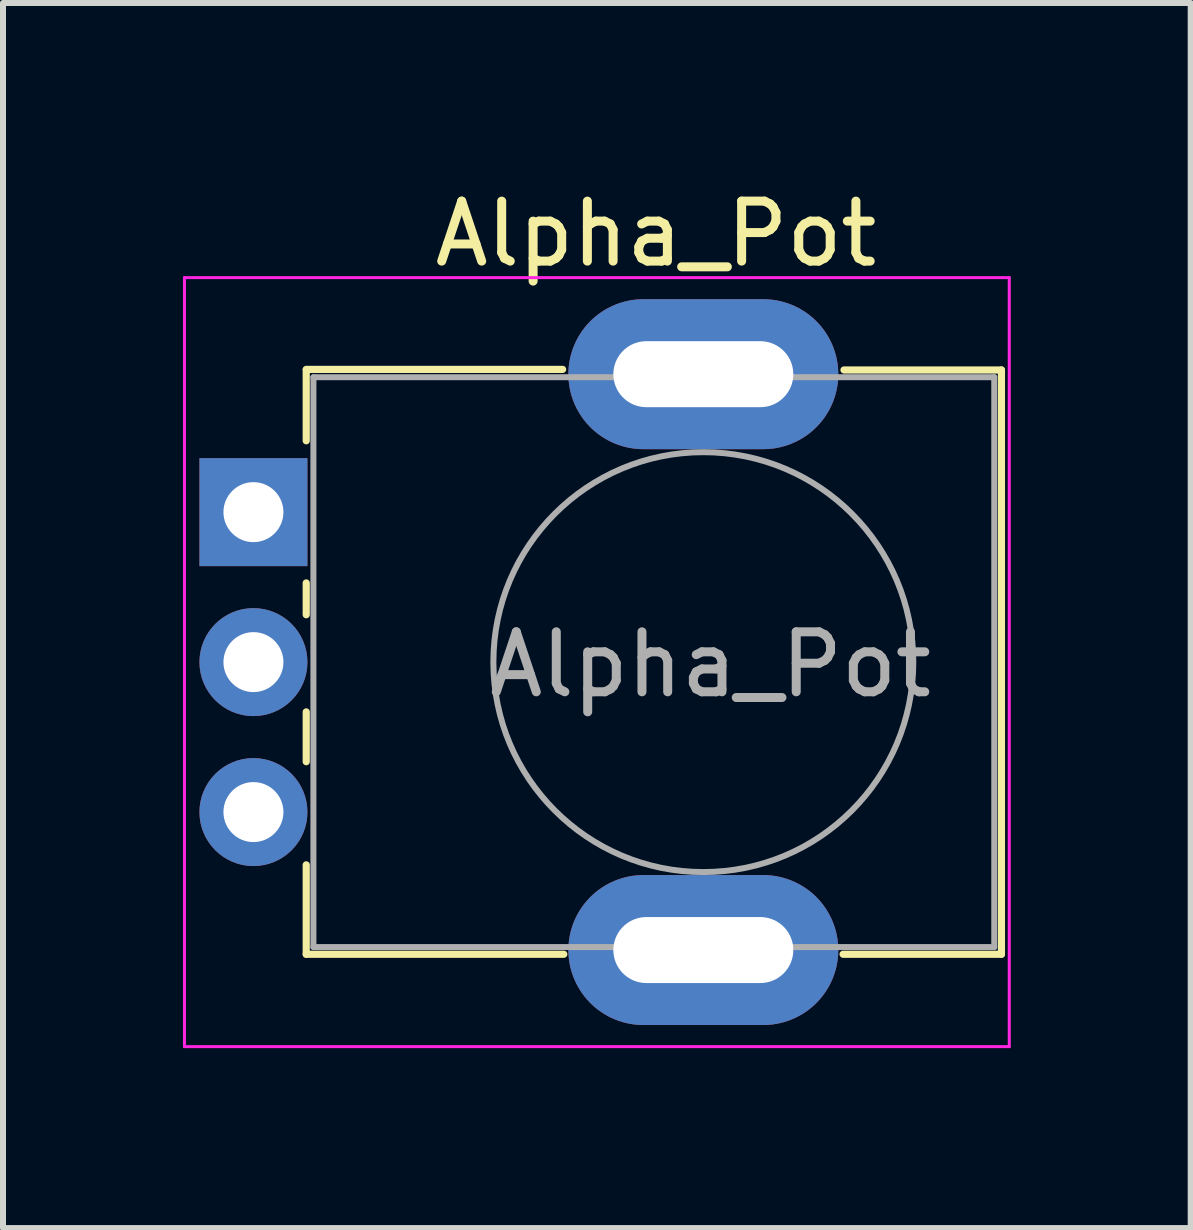
<source format=kicad_pcb>
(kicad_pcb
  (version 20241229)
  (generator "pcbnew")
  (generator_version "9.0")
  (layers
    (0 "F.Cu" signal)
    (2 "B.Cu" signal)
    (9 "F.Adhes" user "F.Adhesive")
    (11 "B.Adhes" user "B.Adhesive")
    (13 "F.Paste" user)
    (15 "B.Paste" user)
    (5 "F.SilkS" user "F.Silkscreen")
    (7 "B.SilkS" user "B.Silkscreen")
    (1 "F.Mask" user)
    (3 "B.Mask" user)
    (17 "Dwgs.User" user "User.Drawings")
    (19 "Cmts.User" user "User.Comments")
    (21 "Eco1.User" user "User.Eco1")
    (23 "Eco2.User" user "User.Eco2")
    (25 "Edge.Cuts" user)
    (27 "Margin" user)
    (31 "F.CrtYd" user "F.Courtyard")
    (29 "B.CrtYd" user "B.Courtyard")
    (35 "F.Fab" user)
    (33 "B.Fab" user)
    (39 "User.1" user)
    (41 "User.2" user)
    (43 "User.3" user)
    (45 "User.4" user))
  (footprint "Alpha_Pot"
    (layer "F.Cu")
    (at 1.175 5.488)
    (property "Reference" "Alpha_Pot" (at 6.71 -4.64 180) (layer "F.SilkS") (effects (font (size 1 1) (thickness 0.15))))
    (attr through_hole)
    (fp_line (start 0.88 -2.38) (end 5.154 -2.38) (stroke (width 0.12) (type solid)) (layer "F.SilkS"))
    (fp_line (start 0.88 -1.19) (end 0.88 -2.37) (stroke (width 0.12) (type solid)) (layer "F.SilkS"))
    (fp_line (start 0.88 1.71) (end 0.88 1.18) (stroke (width 0.12) (type solid)) (layer "F.SilkS"))
    (fp_line (start 0.88 4.16) (end 0.88 3.33) (stroke (width 0.12) (type solid)) (layer "F.SilkS"))
    (fp_line (start 0.88 7.37) (end 0.88 5.88) (stroke (width 0.12) (type solid)) (layer "F.SilkS"))
    (fp_line (start 0.88 7.37) (end 5.174 7.37) (stroke (width 0.12) (type solid)) (layer "F.SilkS"))
    (fp_line (start 9.83 7.37) (end 12.47 7.37) (stroke (width 0.12) (type solid)) (layer "F.SilkS"))
    (fp_line (start 9.845 -2.37) (end 12.47 -2.37) (stroke (width 0.12) (type solid)) (layer "F.SilkS"))
    (fp_line (start 12.47 7.37) (end 12.47 -2.37) (stroke (width 0.12) (type solid)) (layer "F.SilkS"))
    (fp_line (start -1.15 -3.91) (end -1.15 8.91) (stroke (width 0.05) (type solid)) (layer "F.CrtYd"))
    (fp_line (start -1.15 8.91) (end 12.6 8.91) (stroke (width 0.05) (type solid)) (layer "F.CrtYd"))
    (fp_line (start 12.6 -3.91) (end -1.15 -3.91) (stroke (width 0.05) (type solid)) (layer "F.CrtYd"))
    (fp_line (start 12.6 8.91) (end 12.6 -3.91) (stroke (width 0.05) (type solid)) (layer "F.CrtYd"))
    (fp_line (start 1 -2.25) (end 12.35 -2.25) (stroke (width 0.1) (type solid)) (layer "F.Fab"))
    (fp_line (start 1 7.25) (end 1 -2.25) (stroke (width 0.1) (type solid)) (layer "F.Fab"))
    (fp_line (start 1 7.25) (end 12.35 7.25) (stroke (width 0.1) (type solid)) (layer "F.Fab"))
    (fp_line (start 12.35 7.25) (end 12.35 -2.25) (stroke (width 0.1) (type solid)) (layer "F.Fab"))
    (fp_circle (center 7.5 2.5) (end 7.5 -1) (stroke (width 0.1) (type solid)) (fill no) (layer "F.Fab"))
    (fp_text user "${REFERENCE}" (at 7.62 2.54 0) (layer "F.Fab") (effects (font (size 1 1) (thickness 0.15))))
    (pad "" thru_hole oval (at 7.5 -2.3 90) (size 2.5 4.5) (drill oval 1.1 3) (layers "*.Cu" "*.Mask"))
    (pad "" thru_hole oval (at 7.5 7.3 90) (size 2.5 4.5) (drill oval 1.1 3) (layers "*.Cu" "*.Mask"))
    (pad "1" thru_hole rect (at 0 0 90) (size 1.8 1.8) (drill 1) (layers "*.Cu" "*.Mask"))
    (pad "2" thru_hole circle (at 0 2.5 90) (size 1.8 1.8) (drill 1) (layers "*.Cu" "*.Mask"))
    (pad "3" thru_hole circle (at 0 5 90) (size 1.8 1.8) (drill 1) (layers "*.Cu" "*.Mask")))
  (gr_rect
    (start -3 -3)
    (end 16.8 17.423)
    (stroke (width 0.1) (type default))
    (fill no)
    (layer "Edge.Cuts")))
</source>
